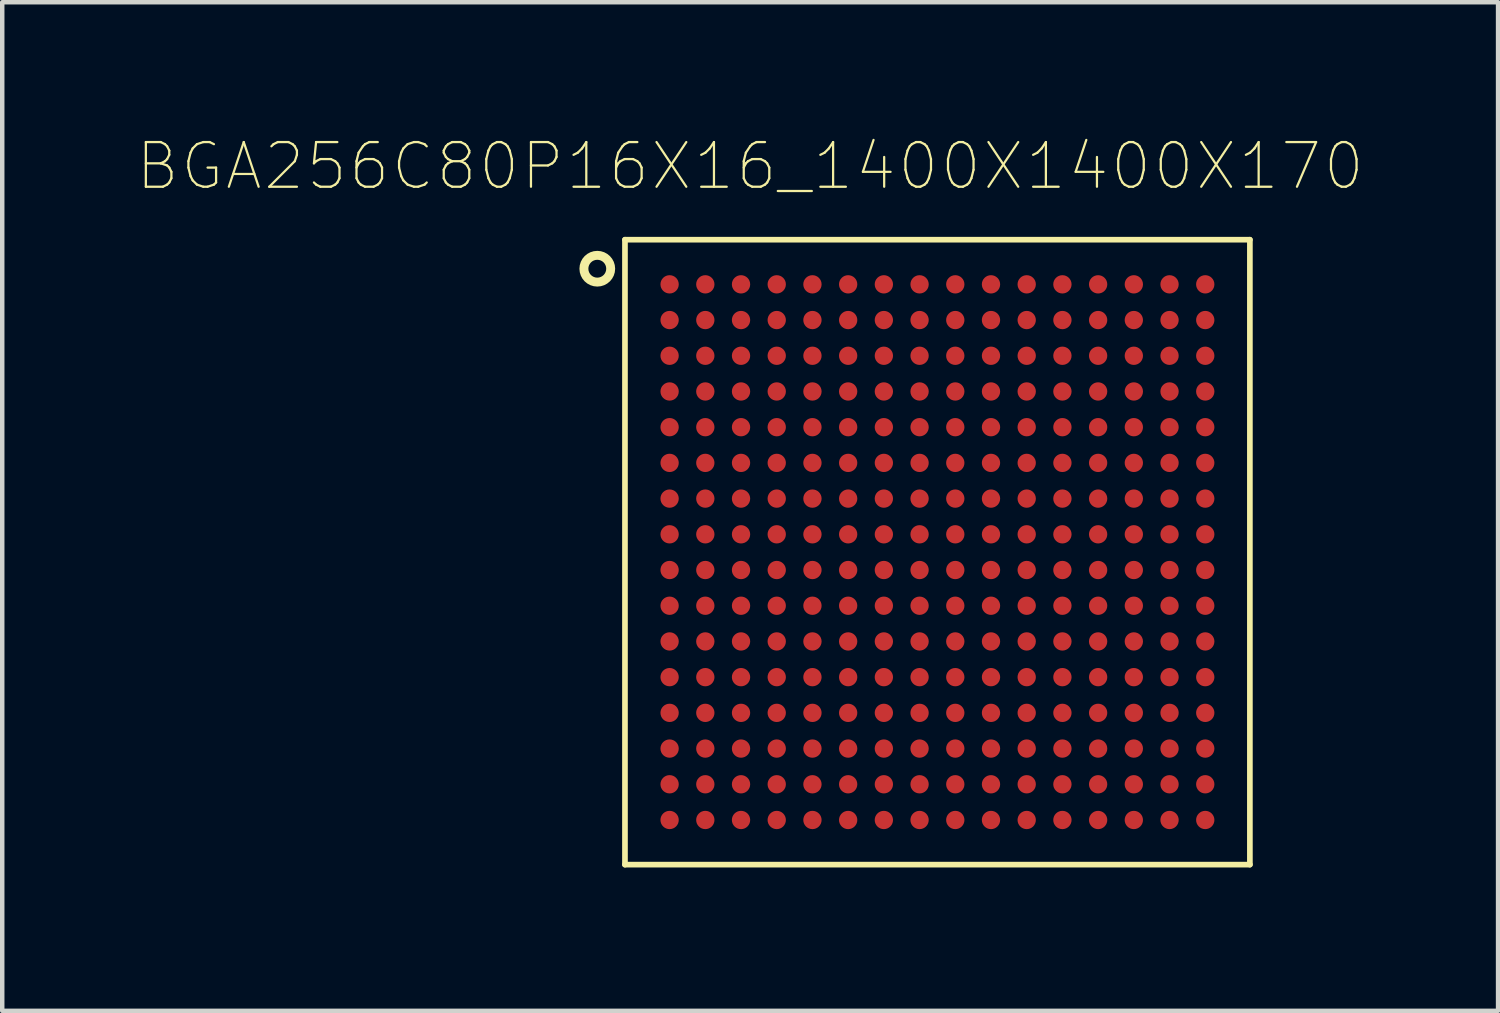
<source format=kicad_pcb>
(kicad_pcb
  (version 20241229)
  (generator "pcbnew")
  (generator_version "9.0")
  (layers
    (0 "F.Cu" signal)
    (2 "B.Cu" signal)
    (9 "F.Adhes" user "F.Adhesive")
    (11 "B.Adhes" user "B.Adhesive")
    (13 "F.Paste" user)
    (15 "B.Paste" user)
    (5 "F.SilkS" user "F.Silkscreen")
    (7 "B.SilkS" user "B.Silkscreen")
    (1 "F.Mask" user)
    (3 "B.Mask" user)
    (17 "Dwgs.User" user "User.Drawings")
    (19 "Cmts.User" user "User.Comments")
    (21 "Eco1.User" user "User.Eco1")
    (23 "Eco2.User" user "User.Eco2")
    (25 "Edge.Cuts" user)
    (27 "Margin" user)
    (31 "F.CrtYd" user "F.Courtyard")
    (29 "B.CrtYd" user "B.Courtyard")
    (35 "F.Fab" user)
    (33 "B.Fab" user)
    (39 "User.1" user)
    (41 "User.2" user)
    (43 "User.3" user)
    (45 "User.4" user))
  (footprint "BGA256C80P16X16_1400X1400X170"
    (layer "F.Cu")
    (at 17.951 9.32)
    (property "Reference" "BGA256C80P16X16_1400X1400X170" (at -4.196 -8.647 0) (layer "F.SilkS") (effects (font (size 1.001 1.001) (thickness 0.05))))
    (attr smd)
    (fp_line (start -7 7) (end -7 -7) (stroke (width 0.127) (type solid)) (layer "F.SilkS"))
    (fp_line (start 7 -7) (end -7 -7) (stroke (width 0.127) (type solid)) (layer "F.SilkS"))
    (fp_line (start 7 7) (end -7 7) (stroke (width 0.127) (type solid)) (layer "F.SilkS"))
    (fp_line (start 7 7) (end 7 -7) (stroke (width 0.127) (type solid)) (layer "F.SilkS"))
    (fp_circle (center -7.62 -6.35) (end -7.32 -6.35) (stroke (width 0.2) (type solid)) (fill no) (layer "F.SilkS"))
    (fp_line (start -7.25 -7.25) (end 7.25 -7.25) (stroke (width 0.05) (type solid)) (layer "Eco1.User"))
    (fp_line (start -7.25 7.25) (end -7.25 -7.25) (stroke (width 0.05) (type solid)) (layer "Eco1.User"))
    (fp_line (start -7.25 7.25) (end 7.25 7.25) (stroke (width 0.05) (type solid)) (layer "Eco1.User"))
    (fp_line (start 7.25 7.25) (end 7.25 -7.25) (stroke (width 0.05) (type solid)) (layer "Eco1.User"))
    (fp_line (start -7 7) (end -7 -7) (stroke (width 0.127) (type solid)) (layer "Eco2.User"))
    (fp_line (start 7 -7) (end -7 -7) (stroke (width 0.127) (type solid)) (layer "Eco2.User"))
    (fp_line (start 7 7) (end -7 7) (stroke (width 0.127) (type solid)) (layer "Eco2.User"))
    (fp_line (start 7 7) (end 7 -7) (stroke (width 0.127) (type solid)) (layer "Eco2.User"))
    (fp_circle (center -6 -6) (end -5.9 -6) (stroke (width 0.2) (type solid)) (fill no) (layer "Eco2.User"))
    (pad "A1" smd circle (at -6 -6) (size 0.41 0.41) (layers "F.Cu" "F.Mask" "F.Paste"))
    (pad "A2" smd circle (at -5.2 -6) (size 0.41 0.41) (layers "F.Cu" "F.Mask" "F.Paste"))
    (pad "A3" smd circle (at -4.4 -6) (size 0.41 0.41) (layers "F.Cu" "F.Mask" "F.Paste"))
    (pad "A4" smd circle (at -3.6 -6) (size 0.41 0.41) (layers "F.Cu" "F.Mask" "F.Paste"))
    (pad "A5" smd circle (at -2.8 -6) (size 0.41 0.41) (layers "F.Cu" "F.Mask" "F.Paste"))
    (pad "A6" smd circle (at -2 -6) (size 0.41 0.41) (layers "F.Cu" "F.Mask" "F.Paste"))
    (pad "A7" smd circle (at -1.2 -6) (size 0.41 0.41) (layers "F.Cu" "F.Mask" "F.Paste"))
    (pad "A8" smd circle (at -0.4 -6) (size 0.41 0.41) (layers "F.Cu" "F.Mask" "F.Paste"))
    (pad "A9" smd circle (at 0.4 -6) (size 0.41 0.41) (layers "F.Cu" "F.Mask" "F.Paste"))
    (pad "A10" smd circle (at 1.2 -6) (size 0.41 0.41) (layers "F.Cu" "F.Mask" "F.Paste"))
    (pad "A11" smd circle (at 2 -6) (size 0.41 0.41) (layers "F.Cu" "F.Mask" "F.Paste"))
    (pad "A12" smd circle (at 2.8 -6) (size 0.41 0.41) (layers "F.Cu" "F.Mask" "F.Paste"))
    (pad "A13" smd circle (at 3.6 -6) (size 0.41 0.41) (layers "F.Cu" "F.Mask" "F.Paste"))
    (pad "A14" smd circle (at 4.4 -6) (size 0.41 0.41) (layers "F.Cu" "F.Mask" "F.Paste"))
    (pad "A15" smd circle (at 5.2 -6) (size 0.41 0.41) (layers "F.Cu" "F.Mask" "F.Paste"))
    (pad "A16" smd circle (at 6 -6) (size 0.41 0.41) (layers "F.Cu" "F.Mask" "F.Paste"))
    (pad "B1" smd circle (at -6 -5.2) (size 0.41 0.41) (layers "F.Cu" "F.Mask" "F.Paste"))
    (pad "B2" smd circle (at -5.2 -5.2) (size 0.41 0.41) (layers "F.Cu" "F.Mask" "F.Paste"))
    (pad "B3" smd circle (at -4.4 -5.2) (size 0.41 0.41) (layers "F.Cu" "F.Mask" "F.Paste"))
    (pad "B4" smd circle (at -3.6 -5.2) (size 0.41 0.41) (layers "F.Cu" "F.Mask" "F.Paste"))
    (pad "B5" smd circle (at -2.8 -5.2) (size 0.41 0.41) (layers "F.Cu" "F.Mask" "F.Paste"))
    (pad "B6" smd circle (at -2 -5.2) (size 0.41 0.41) (layers "F.Cu" "F.Mask" "F.Paste"))
    (pad "B7" smd circle (at -1.2 -5.2) (size 0.41 0.41) (layers "F.Cu" "F.Mask" "F.Paste"))
    (pad "B8" smd circle (at -0.4 -5.2) (size 0.41 0.41) (layers "F.Cu" "F.Mask" "F.Paste"))
    (pad "B9" smd circle (at 0.4 -5.2) (size 0.41 0.41) (layers "F.Cu" "F.Mask" "F.Paste"))
    (pad "B10" smd circle (at 1.2 -5.2) (size 0.41 0.41) (layers "F.Cu" "F.Mask" "F.Paste"))
    (pad "B11" smd circle (at 2 -5.2) (size 0.41 0.41) (layers "F.Cu" "F.Mask" "F.Paste"))
    (pad "B12" smd circle (at 2.8 -5.2) (size 0.41 0.41) (layers "F.Cu" "F.Mask" "F.Paste"))
    (pad "B13" smd circle (at 3.6 -5.2) (size 0.41 0.41) (layers "F.Cu" "F.Mask" "F.Paste"))
    (pad "B14" smd circle (at 4.4 -5.2) (size 0.41 0.41) (layers "F.Cu" "F.Mask" "F.Paste"))
    (pad "B15" smd circle (at 5.2 -5.2) (size 0.41 0.41) (layers "F.Cu" "F.Mask" "F.Paste"))
    (pad "B16" smd circle (at 6 -5.2) (size 0.41 0.41) (layers "F.Cu" "F.Mask" "F.Paste"))
    (pad "C1" smd circle (at -6 -4.4) (size 0.41 0.41) (layers "F.Cu" "F.Mask" "F.Paste"))
    (pad "C2" smd circle (at -5.2 -4.4) (size 0.41 0.41) (layers "F.Cu" "F.Mask" "F.Paste"))
    (pad "C3" smd circle (at -4.4 -4.4) (size 0.41 0.41) (layers "F.Cu" "F.Mask" "F.Paste"))
    (pad "C4" smd circle (at -3.6 -4.4) (size 0.41 0.41) (layers "F.Cu" "F.Mask" "F.Paste"))
    (pad "C5" smd circle (at -2.8 -4.4) (size 0.41 0.41) (layers "F.Cu" "F.Mask" "F.Paste"))
    (pad "C6" smd circle (at -2 -4.4) (size 0.41 0.41) (layers "F.Cu" "F.Mask" "F.Paste"))
    (pad "C7" smd circle (at -1.2 -4.4) (size 0.41 0.41) (layers "F.Cu" "F.Mask" "F.Paste"))
    (pad "C8" smd circle (at -0.4 -4.4) (size 0.41 0.41) (layers "F.Cu" "F.Mask" "F.Paste"))
    (pad "C9" smd circle (at 0.4 -4.4) (size 0.41 0.41) (layers "F.Cu" "F.Mask" "F.Paste"))
    (pad "C10" smd circle (at 1.2 -4.4) (size 0.41 0.41) (layers "F.Cu" "F.Mask" "F.Paste"))
    (pad "C11" smd circle (at 2 -4.4) (size 0.41 0.41) (layers "F.Cu" "F.Mask" "F.Paste"))
    (pad "C12" smd circle (at 2.8 -4.4) (size 0.41 0.41) (layers "F.Cu" "F.Mask" "F.Paste"))
    (pad "C13" smd circle (at 3.6 -4.4) (size 0.41 0.41) (layers "F.Cu" "F.Mask" "F.Paste"))
    (pad "C14" smd circle (at 4.4 -4.4) (size 0.41 0.41) (layers "F.Cu" "F.Mask" "F.Paste"))
    (pad "C15" smd circle (at 5.2 -4.4) (size 0.41 0.41) (layers "F.Cu" "F.Mask" "F.Paste"))
    (pad "C16" smd circle (at 6 -4.4) (size 0.41 0.41) (layers "F.Cu" "F.Mask" "F.Paste"))
    (pad "D1" smd circle (at -6 -3.6) (size 0.41 0.41) (layers "F.Cu" "F.Mask" "F.Paste"))
    (pad "D2" smd circle (at -5.2 -3.6) (size 0.41 0.41) (layers "F.Cu" "F.Mask" "F.Paste"))
    (pad "D3" smd circle (at -4.4 -3.6) (size 0.41 0.41) (layers "F.Cu" "F.Mask" "F.Paste"))
    (pad "D4" smd circle (at -3.6 -3.6) (size 0.41 0.41) (layers "F.Cu" "F.Mask" "F.Paste"))
    (pad "D5" smd circle (at -2.8 -3.6) (size 0.41 0.41) (layers "F.Cu" "F.Mask" "F.Paste"))
    (pad "D6" smd circle (at -2 -3.6) (size 0.41 0.41) (layers "F.Cu" "F.Mask" "F.Paste"))
    (pad "D7" smd circle (at -1.2 -3.6) (size 0.41 0.41) (layers "F.Cu" "F.Mask" "F.Paste"))
    (pad "D8" smd circle (at -0.4 -3.6) (size 0.41 0.41) (layers "F.Cu" "F.Mask" "F.Paste"))
    (pad "D9" smd circle (at 0.4 -3.6) (size 0.41 0.41) (layers "F.Cu" "F.Mask" "F.Paste"))
    (pad "D10" smd circle (at 1.2 -3.6) (size 0.41 0.41) (layers "F.Cu" "F.Mask" "F.Paste"))
    (pad "D11" smd circle (at 2 -3.6) (size 0.41 0.41) (layers "F.Cu" "F.Mask" "F.Paste"))
    (pad "D12" smd circle (at 2.8 -3.6) (size 0.41 0.41) (layers "F.Cu" "F.Mask" "F.Paste"))
    (pad "D13" smd circle (at 3.6 -3.6) (size 0.41 0.41) (layers "F.Cu" "F.Mask" "F.Paste"))
    (pad "D14" smd circle (at 4.4 -3.6) (size 0.41 0.41) (layers "F.Cu" "F.Mask" "F.Paste"))
    (pad "D15" smd circle (at 5.2 -3.6) (size 0.41 0.41) (layers "F.Cu" "F.Mask" "F.Paste"))
    (pad "D16" smd circle (at 6 -3.6) (size 0.41 0.41) (layers "F.Cu" "F.Mask" "F.Paste"))
    (pad "E1" smd circle (at -6 -2.8) (size 0.41 0.41) (layers "F.Cu" "F.Mask" "F.Paste"))
    (pad "E2" smd circle (at -5.2 -2.8) (size 0.41 0.41) (layers "F.Cu" "F.Mask" "F.Paste"))
    (pad "E3" smd circle (at -4.4 -2.8) (size 0.41 0.41) (layers "F.Cu" "F.Mask" "F.Paste"))
    (pad "E4" smd circle (at -3.6 -2.8) (size 0.41 0.41) (layers "F.Cu" "F.Mask" "F.Paste"))
    (pad "E5" smd circle (at -2.8 -2.8) (size 0.41 0.41) (layers "F.Cu" "F.Mask" "F.Paste"))
    (pad "E6" smd circle (at -2 -2.8) (size 0.41 0.41) (layers "F.Cu" "F.Mask" "F.Paste"))
    (pad "E7" smd circle (at -1.2 -2.8) (size 0.41 0.41) (layers "F.Cu" "F.Mask" "F.Paste"))
    (pad "E8" smd circle (at -0.4 -2.8) (size 0.41 0.41) (layers "F.Cu" "F.Mask" "F.Paste"))
    (pad "E9" smd circle (at 0.4 -2.8) (size 0.41 0.41) (layers "F.Cu" "F.Mask" "F.Paste"))
    (pad "E10" smd circle (at 1.2 -2.8) (size 0.41 0.41) (layers "F.Cu" "F.Mask" "F.Paste"))
    (pad "E11" smd circle (at 2 -2.8) (size 0.41 0.41) (layers "F.Cu" "F.Mask" "F.Paste"))
    (pad "E12" smd circle (at 2.8 -2.8) (size 0.41 0.41) (layers "F.Cu" "F.Mask" "F.Paste"))
    (pad "E13" smd circle (at 3.6 -2.8) (size 0.41 0.41) (layers "F.Cu" "F.Mask" "F.Paste"))
    (pad "E14" smd circle (at 4.4 -2.8) (size 0.41 0.41) (layers "F.Cu" "F.Mask" "F.Paste"))
    (pad "E15" smd circle (at 5.2 -2.8) (size 0.41 0.41) (layers "F.Cu" "F.Mask" "F.Paste"))
    (pad "E16" smd circle (at 6 -2.8) (size 0.41 0.41) (layers "F.Cu" "F.Mask" "F.Paste"))
    (pad "F1" smd circle (at -6 -2) (size 0.41 0.41) (layers "F.Cu" "F.Mask" "F.Paste"))
    (pad "F2" smd circle (at -5.2 -2) (size 0.41 0.41) (layers "F.Cu" "F.Mask" "F.Paste"))
    (pad "F3" smd circle (at -4.4 -2) (size 0.41 0.41) (layers "F.Cu" "F.Mask" "F.Paste"))
    (pad "F4" smd circle (at -3.6 -2) (size 0.41 0.41) (layers "F.Cu" "F.Mask" "F.Paste"))
    (pad "F5" smd circle (at -2.8 -2) (size 0.41 0.41) (layers "F.Cu" "F.Mask" "F.Paste"))
    (pad "F6" smd circle (at -2 -2) (size 0.41 0.41) (layers "F.Cu" "F.Mask" "F.Paste"))
    (pad "F7" smd circle (at -1.2 -2) (size 0.41 0.41) (layers "F.Cu" "F.Mask" "F.Paste"))
    (pad "F8" smd circle (at -0.4 -2) (size 0.41 0.41) (layers "F.Cu" "F.Mask" "F.Paste"))
    (pad "F9" smd circle (at 0.4 -2) (size 0.41 0.41) (layers "F.Cu" "F.Mask" "F.Paste"))
    (pad "F10" smd circle (at 1.2 -2) (size 0.41 0.41) (layers "F.Cu" "F.Mask" "F.Paste"))
    (pad "F11" smd circle (at 2 -2) (size 0.41 0.41) (layers "F.Cu" "F.Mask" "F.Paste"))
    (pad "F12" smd circle (at 2.8 -2) (size 0.41 0.41) (layers "F.Cu" "F.Mask" "F.Paste"))
    (pad "F13" smd circle (at 3.6 -2) (size 0.41 0.41) (layers "F.Cu" "F.Mask" "F.Paste"))
    (pad "F14" smd circle (at 4.4 -2) (size 0.41 0.41) (layers "F.Cu" "F.Mask" "F.Paste"))
    (pad "F15" smd circle (at 5.2 -2) (size 0.41 0.41) (layers "F.Cu" "F.Mask" "F.Paste"))
    (pad "F16" smd circle (at 6 -2) (size 0.41 0.41) (layers "F.Cu" "F.Mask" "F.Paste"))
    (pad "G1" smd circle (at -6 -1.2) (size 0.41 0.41) (layers "F.Cu" "F.Mask" "F.Paste"))
    (pad "G2" smd circle (at -5.2 -1.2) (size 0.41 0.41) (layers "F.Cu" "F.Mask" "F.Paste"))
    (pad "G3" smd circle (at -4.4 -1.2) (size 0.41 0.41) (layers "F.Cu" "F.Mask" "F.Paste"))
    (pad "G4" smd circle (at -3.6 -1.2) (size 0.41 0.41) (layers "F.Cu" "F.Mask" "F.Paste"))
    (pad "G5" smd circle (at -2.8 -1.2) (size 0.41 0.41) (layers "F.Cu" "F.Mask" "F.Paste"))
    (pad "G6" smd circle (at -2 -1.2) (size 0.41 0.41) (layers "F.Cu" "F.Mask" "F.Paste"))
    (pad "G7" smd circle (at -1.2 -1.2) (size 0.41 0.41) (layers "F.Cu" "F.Mask" "F.Paste"))
    (pad "G8" smd circle (at -0.4 -1.2) (size 0.41 0.41) (layers "F.Cu" "F.Mask" "F.Paste"))
    (pad "G9" smd circle (at 0.4 -1.2) (size 0.41 0.41) (layers "F.Cu" "F.Mask" "F.Paste"))
    (pad "G10" smd circle (at 1.2 -1.2) (size 0.41 0.41) (layers "F.Cu" "F.Mask" "F.Paste"))
    (pad "G11" smd circle (at 2 -1.2) (size 0.41 0.41) (layers "F.Cu" "F.Mask" "F.Paste"))
    (pad "G12" smd circle (at 2.8 -1.2) (size 0.41 0.41) (layers "F.Cu" "F.Mask" "F.Paste"))
    (pad "G13" smd circle (at 3.6 -1.2) (size 0.41 0.41) (layers "F.Cu" "F.Mask" "F.Paste"))
    (pad "G14" smd circle (at 4.4 -1.2) (size 0.41 0.41) (layers "F.Cu" "F.Mask" "F.Paste"))
    (pad "G15" smd circle (at 5.2 -1.2) (size 0.41 0.41) (layers "F.Cu" "F.Mask" "F.Paste"))
    (pad "G16" smd circle (at 6 -1.2) (size 0.41 0.41) (layers "F.Cu" "F.Mask" "F.Paste"))
    (pad "H1" smd circle (at -6 -0.4) (size 0.41 0.41) (layers "F.Cu" "F.Mask" "F.Paste"))
    (pad "H2" smd circle (at -5.2 -0.4) (size 0.41 0.41) (layers "F.Cu" "F.Mask" "F.Paste"))
    (pad "H3" smd circle (at -4.4 -0.4) (size 0.41 0.41) (layers "F.Cu" "F.Mask" "F.Paste"))
    (pad "H4" smd circle (at -3.6 -0.4) (size 0.41 0.41) (layers "F.Cu" "F.Mask" "F.Paste"))
    (pad "H5" smd circle (at -2.8 -0.4) (size 0.41 0.41) (layers "F.Cu" "F.Mask" "F.Paste"))
    (pad "H6" smd circle (at -2 -0.4) (size 0.41 0.41) (layers "F.Cu" "F.Mask" "F.Paste"))
    (pad "H7" smd circle (at -1.2 -0.4) (size 0.41 0.41) (layers "F.Cu" "F.Mask" "F.Paste"))
    (pad "H8" smd circle (at -0.4 -0.4) (size 0.41 0.41) (layers "F.Cu" "F.Mask" "F.Paste"))
    (pad "H9" smd circle (at 0.4 -0.4) (size 0.41 0.41) (layers "F.Cu" "F.Mask" "F.Paste"))
    (pad "H10" smd circle (at 1.2 -0.4) (size 0.41 0.41) (layers "F.Cu" "F.Mask" "F.Paste"))
    (pad "H11" smd circle (at 2 -0.4) (size 0.41 0.41) (layers "F.Cu" "F.Mask" "F.Paste"))
    (pad "H12" smd circle (at 2.8 -0.4) (size 0.41 0.41) (layers "F.Cu" "F.Mask" "F.Paste"))
    (pad "H13" smd circle (at 3.6 -0.4) (size 0.41 0.41) (layers "F.Cu" "F.Mask" "F.Paste"))
    (pad "H14" smd circle (at 4.4 -0.4) (size 0.41 0.41) (layers "F.Cu" "F.Mask" "F.Paste"))
    (pad "H15" smd circle (at 5.2 -0.4) (size 0.41 0.41) (layers "F.Cu" "F.Mask" "F.Paste"))
    (pad "H16" smd circle (at 6 -0.4) (size 0.41 0.41) (layers "F.Cu" "F.Mask" "F.Paste"))
    (pad "J1" smd circle (at -6 0.4) (size 0.41 0.41) (layers "F.Cu" "F.Mask" "F.Paste"))
    (pad "J2" smd circle (at -5.2 0.4) (size 0.41 0.41) (layers "F.Cu" "F.Mask" "F.Paste"))
    (pad "J3" smd circle (at -4.4 0.4) (size 0.41 0.41) (layers "F.Cu" "F.Mask" "F.Paste"))
    (pad "J4" smd circle (at -3.6 0.4) (size 0.41 0.41) (layers "F.Cu" "F.Mask" "F.Paste"))
    (pad "J5" smd circle (at -2.8 0.4) (size 0.41 0.41) (layers "F.Cu" "F.Mask" "F.Paste"))
    (pad "J6" smd circle (at -2 0.4) (size 0.41 0.41) (layers "F.Cu" "F.Mask" "F.Paste"))
    (pad "J7" smd circle (at -1.2 0.4) (size 0.41 0.41) (layers "F.Cu" "F.Mask" "F.Paste"))
    (pad "J8" smd circle (at -0.4 0.4) (size 0.41 0.41) (layers "F.Cu" "F.Mask" "F.Paste"))
    (pad "J9" smd circle (at 0.4 0.4) (size 0.41 0.41) (layers "F.Cu" "F.Mask" "F.Paste"))
    (pad "J10" smd circle (at 1.2 0.4) (size 0.41 0.41) (layers "F.Cu" "F.Mask" "F.Paste"))
    (pad "J11" smd circle (at 2 0.4) (size 0.41 0.41) (layers "F.Cu" "F.Mask" "F.Paste"))
    (pad "J12" smd circle (at 2.8 0.4) (size 0.41 0.41) (layers "F.Cu" "F.Mask" "F.Paste"))
    (pad "J13" smd circle (at 3.6 0.4) (size 0.41 0.41) (layers "F.Cu" "F.Mask" "F.Paste"))
    (pad "J14" smd circle (at 4.4 0.4) (size 0.41 0.41) (layers "F.Cu" "F.Mask" "F.Paste"))
    (pad "J15" smd circle (at 5.2 0.4) (size 0.41 0.41) (layers "F.Cu" "F.Mask" "F.Paste"))
    (pad "J16" smd circle (at 6 0.4) (size 0.41 0.41) (layers "F.Cu" "F.Mask" "F.Paste"))
    (pad "K1" smd circle (at -6 1.2) (size 0.41 0.41) (layers "F.Cu" "F.Mask" "F.Paste"))
    (pad "K2" smd circle (at -5.2 1.2) (size 0.41 0.41) (layers "F.Cu" "F.Mask" "F.Paste"))
    (pad "K3" smd circle (at -4.4 1.2) (size 0.41 0.41) (layers "F.Cu" "F.Mask" "F.Paste"))
    (pad "K4" smd circle (at -3.6 1.2) (size 0.41 0.41) (layers "F.Cu" "F.Mask" "F.Paste"))
    (pad "K5" smd circle (at -2.8 1.2) (size 0.41 0.41) (layers "F.Cu" "F.Mask" "F.Paste"))
    (pad "K6" smd circle (at -2 1.2) (size 0.41 0.41) (layers "F.Cu" "F.Mask" "F.Paste"))
    (pad "K7" smd circle (at -1.2 1.2) (size 0.41 0.41) (layers "F.Cu" "F.Mask" "F.Paste"))
    (pad "K8" smd circle (at -0.4 1.2) (size 0.41 0.41) (layers "F.Cu" "F.Mask" "F.Paste"))
    (pad "K9" smd circle (at 0.4 1.2) (size 0.41 0.41) (layers "F.Cu" "F.Mask" "F.Paste"))
    (pad "K10" smd circle (at 1.2 1.2) (size 0.41 0.41) (layers "F.Cu" "F.Mask" "F.Paste"))
    (pad "K11" smd circle (at 2 1.2) (size 0.41 0.41) (layers "F.Cu" "F.Mask" "F.Paste"))
    (pad "K12" smd circle (at 2.8 1.2) (size 0.41 0.41) (layers "F.Cu" "F.Mask" "F.Paste"))
    (pad "K13" smd circle (at 3.6 1.2) (size 0.41 0.41) (layers "F.Cu" "F.Mask" "F.Paste"))
    (pad "K14" smd circle (at 4.4 1.2) (size 0.41 0.41) (layers "F.Cu" "F.Mask" "F.Paste"))
    (pad "K15" smd circle (at 5.2 1.2) (size 0.41 0.41) (layers "F.Cu" "F.Mask" "F.Paste"))
    (pad "K16" smd circle (at 6 1.2) (size 0.41 0.41) (layers "F.Cu" "F.Mask" "F.Paste"))
    (pad "L1" smd circle (at -6 2) (size 0.41 0.41) (layers "F.Cu" "F.Mask" "F.Paste"))
    (pad "L2" smd circle (at -5.2 2) (size 0.41 0.41) (layers "F.Cu" "F.Mask" "F.Paste"))
    (pad "L3" smd circle (at -4.4 2) (size 0.41 0.41) (layers "F.Cu" "F.Mask" "F.Paste"))
    (pad "L4" smd circle (at -3.6 2) (size 0.41 0.41) (layers "F.Cu" "F.Mask" "F.Paste"))
    (pad "L5" smd circle (at -2.8 2) (size 0.41 0.41) (layers "F.Cu" "F.Mask" "F.Paste"))
    (pad "L6" smd circle (at -2 2) (size 0.41 0.41) (layers "F.Cu" "F.Mask" "F.Paste"))
    (pad "L7" smd circle (at -1.2 2) (size 0.41 0.41) (layers "F.Cu" "F.Mask" "F.Paste"))
    (pad "L8" smd circle (at -0.4 2) (size 0.41 0.41) (layers "F.Cu" "F.Mask" "F.Paste"))
    (pad "L9" smd circle (at 0.4 2) (size 0.41 0.41) (layers "F.Cu" "F.Mask" "F.Paste"))
    (pad "L10" smd circle (at 1.2 2) (size 0.41 0.41) (layers "F.Cu" "F.Mask" "F.Paste"))
    (pad "L11" smd circle (at 2 2) (size 0.41 0.41) (layers "F.Cu" "F.Mask" "F.Paste"))
    (pad "L12" smd circle (at 2.8 2) (size 0.41 0.41) (layers "F.Cu" "F.Mask" "F.Paste"))
    (pad "L13" smd circle (at 3.6 2) (size 0.41 0.41) (layers "F.Cu" "F.Mask" "F.Paste"))
    (pad "L14" smd circle (at 4.4 2) (size 0.41 0.41) (layers "F.Cu" "F.Mask" "F.Paste"))
    (pad "L15" smd circle (at 5.2 2) (size 0.41 0.41) (layers "F.Cu" "F.Mask" "F.Paste"))
    (pad "L16" smd circle (at 6 2) (size 0.41 0.41) (layers "F.Cu" "F.Mask" "F.Paste"))
    (pad "M1" smd circle (at -6 2.8) (size 0.41 0.41) (layers "F.Cu" "F.Mask" "F.Paste"))
    (pad "M2" smd circle (at -5.2 2.8) (size 0.41 0.41) (layers "F.Cu" "F.Mask" "F.Paste"))
    (pad "M3" smd circle (at -4.4 2.8) (size 0.41 0.41) (layers "F.Cu" "F.Mask" "F.Paste"))
    (pad "M4" smd circle (at -3.6 2.8) (size 0.41 0.41) (layers "F.Cu" "F.Mask" "F.Paste"))
    (pad "M5" smd circle (at -2.8 2.8) (size 0.41 0.41) (layers "F.Cu" "F.Mask" "F.Paste"))
    (pad "M6" smd circle (at -2 2.8) (size 0.41 0.41) (layers "F.Cu" "F.Mask" "F.Paste"))
    (pad "M7" smd circle (at -1.2 2.8) (size 0.41 0.41) (layers "F.Cu" "F.Mask" "F.Paste"))
    (pad "M8" smd circle (at -0.4 2.8) (size 0.41 0.41) (layers "F.Cu" "F.Mask" "F.Paste"))
    (pad "M9" smd circle (at 0.4 2.8) (size 0.41 0.41) (layers "F.Cu" "F.Mask" "F.Paste"))
    (pad "M10" smd circle (at 1.2 2.8) (size 0.41 0.41) (layers "F.Cu" "F.Mask" "F.Paste"))
    (pad "M11" smd circle (at 2 2.8) (size 0.41 0.41) (layers "F.Cu" "F.Mask" "F.Paste"))
    (pad "M12" smd circle (at 2.8 2.8) (size 0.41 0.41) (layers "F.Cu" "F.Mask" "F.Paste"))
    (pad "M13" smd circle (at 3.6 2.8) (size 0.41 0.41) (layers "F.Cu" "F.Mask" "F.Paste"))
    (pad "M14" smd circle (at 4.4 2.8) (size 0.41 0.41) (layers "F.Cu" "F.Mask" "F.Paste"))
    (pad "M15" smd circle (at 5.2 2.8) (size 0.41 0.41) (layers "F.Cu" "F.Mask" "F.Paste"))
    (pad "M16" smd circle (at 6 2.8) (size 0.41 0.41) (layers "F.Cu" "F.Mask" "F.Paste"))
    (pad "N1" smd circle (at -6 3.6) (size 0.41 0.41) (layers "F.Cu" "F.Mask" "F.Paste"))
    (pad "N2" smd circle (at -5.2 3.6) (size 0.41 0.41) (layers "F.Cu" "F.Mask" "F.Paste"))
    (pad "N3" smd circle (at -4.4 3.6) (size 0.41 0.41) (layers "F.Cu" "F.Mask" "F.Paste"))
    (pad "N4" smd circle (at -3.6 3.6) (size 0.41 0.41) (layers "F.Cu" "F.Mask" "F.Paste"))
    (pad "N5" smd circle (at -2.8 3.6) (size 0.41 0.41) (layers "F.Cu" "F.Mask" "F.Paste"))
    (pad "N6" smd circle (at -2 3.6) (size 0.41 0.41) (layers "F.Cu" "F.Mask" "F.Paste"))
    (pad "N7" smd circle (at -1.2 3.6) (size 0.41 0.41) (layers "F.Cu" "F.Mask" "F.Paste"))
    (pad "N8" smd circle (at -0.4 3.6) (size 0.41 0.41) (layers "F.Cu" "F.Mask" "F.Paste"))
    (pad "N9" smd circle (at 0.4 3.6) (size 0.41 0.41) (layers "F.Cu" "F.Mask" "F.Paste"))
    (pad "N10" smd circle (at 1.2 3.6) (size 0.41 0.41) (layers "F.Cu" "F.Mask" "F.Paste"))
    (pad "N11" smd circle (at 2 3.6) (size 0.41 0.41) (layers "F.Cu" "F.Mask" "F.Paste"))
    (pad "N12" smd circle (at 2.8 3.6) (size 0.41 0.41) (layers "F.Cu" "F.Mask" "F.Paste"))
    (pad "N13" smd circle (at 3.6 3.6) (size 0.41 0.41) (layers "F.Cu" "F.Mask" "F.Paste"))
    (pad "N14" smd circle (at 4.4 3.6) (size 0.41 0.41) (layers "F.Cu" "F.Mask" "F.Paste"))
    (pad "N15" smd circle (at 5.2 3.6) (size 0.41 0.41) (layers "F.Cu" "F.Mask" "F.Paste"))
    (pad "N16" smd circle (at 6 3.6) (size 0.41 0.41) (layers "F.Cu" "F.Mask" "F.Paste"))
    (pad "P1" smd circle (at -6 4.4) (size 0.41 0.41) (layers "F.Cu" "F.Mask" "F.Paste"))
    (pad "P2" smd circle (at -5.2 4.4) (size 0.41 0.41) (layers "F.Cu" "F.Mask" "F.Paste"))
    (pad "P3" smd circle (at -4.4 4.4) (size 0.41 0.41) (layers "F.Cu" "F.Mask" "F.Paste"))
    (pad "P4" smd circle (at -3.6 4.4) (size 0.41 0.41) (layers "F.Cu" "F.Mask" "F.Paste"))
    (pad "P5" smd circle (at -2.8 4.4) (size 0.41 0.41) (layers "F.Cu" "F.Mask" "F.Paste"))
    (pad "P6" smd circle (at -2 4.4) (size 0.41 0.41) (layers "F.Cu" "F.Mask" "F.Paste"))
    (pad "P7" smd circle (at -1.2 4.4) (size 0.41 0.41) (layers "F.Cu" "F.Mask" "F.Paste"))
    (pad "P8" smd circle (at -0.4 4.4) (size 0.41 0.41) (layers "F.Cu" "F.Mask" "F.Paste"))
    (pad "P9" smd circle (at 0.4 4.4) (size 0.41 0.41) (layers "F.Cu" "F.Mask" "F.Paste"))
    (pad "P10" smd circle (at 1.2 4.4) (size 0.41 0.41) (layers "F.Cu" "F.Mask" "F.Paste"))
    (pad "P11" smd circle (at 2 4.4) (size 0.41 0.41) (layers "F.Cu" "F.Mask" "F.Paste"))
    (pad "P12" smd circle (at 2.8 4.4) (size 0.41 0.41) (layers "F.Cu" "F.Mask" "F.Paste"))
    (pad "P13" smd circle (at 3.6 4.4) (size 0.41 0.41) (layers "F.Cu" "F.Mask" "F.Paste"))
    (pad "P14" smd circle (at 4.4 4.4) (size 0.41 0.41) (layers "F.Cu" "F.Mask" "F.Paste"))
    (pad "P15" smd circle (at 5.2 4.4) (size 0.41 0.41) (layers "F.Cu" "F.Mask" "F.Paste"))
    (pad "P16" smd circle (at 6 4.4) (size 0.41 0.41) (layers "F.Cu" "F.Mask" "F.Paste"))
    (pad "R1" smd circle (at -6 5.2) (size 0.41 0.41) (layers "F.Cu" "F.Mask" "F.Paste"))
    (pad "R2" smd circle (at -5.2 5.2) (size 0.41 0.41) (layers "F.Cu" "F.Mask" "F.Paste"))
    (pad "R3" smd circle (at -4.4 5.2) (size 0.41 0.41) (layers "F.Cu" "F.Mask" "F.Paste"))
    (pad "R4" smd circle (at -3.6 5.2) (size 0.41 0.41) (layers "F.Cu" "F.Mask" "F.Paste"))
    (pad "R5" smd circle (at -2.8 5.2) (size 0.41 0.41) (layers "F.Cu" "F.Mask" "F.Paste"))
    (pad "R6" smd circle (at -2 5.2) (size 0.41 0.41) (layers "F.Cu" "F.Mask" "F.Paste"))
    (pad "R7" smd circle (at -1.2 5.2) (size 0.41 0.41) (layers "F.Cu" "F.Mask" "F.Paste"))
    (pad "R8" smd circle (at -0.4 5.2) (size 0.41 0.41) (layers "F.Cu" "F.Mask" "F.Paste"))
    (pad "R9" smd circle (at 0.4 5.2) (size 0.41 0.41) (layers "F.Cu" "F.Mask" "F.Paste"))
    (pad "R10" smd circle (at 1.2 5.2) (size 0.41 0.41) (layers "F.Cu" "F.Mask" "F.Paste"))
    (pad "R11" smd circle (at 2 5.2) (size 0.41 0.41) (layers "F.Cu" "F.Mask" "F.Paste"))
    (pad "R12" smd circle (at 2.8 5.2) (size 0.41 0.41) (layers "F.Cu" "F.Mask" "F.Paste"))
    (pad "R13" smd circle (at 3.6 5.2) (size 0.41 0.41) (layers "F.Cu" "F.Mask" "F.Paste"))
    (pad "R14" smd circle (at 4.4 5.2) (size 0.41 0.41) (layers "F.Cu" "F.Mask" "F.Paste"))
    (pad "R15" smd circle (at 5.2 5.2) (size 0.41 0.41) (layers "F.Cu" "F.Mask" "F.Paste"))
    (pad "R16" smd circle (at 6 5.2) (size 0.41 0.41) (layers "F.Cu" "F.Mask" "F.Paste"))
    (pad "T1" smd circle (at -6 6) (size 0.41 0.41) (layers "F.Cu" "F.Mask" "F.Paste"))
    (pad "T2" smd circle (at -5.2 6) (size 0.41 0.41) (layers "F.Cu" "F.Mask" "F.Paste"))
    (pad "T3" smd circle (at -4.4 6) (size 0.41 0.41) (layers "F.Cu" "F.Mask" "F.Paste"))
    (pad "T4" smd circle (at -3.6 6) (size 0.41 0.41) (layers "F.Cu" "F.Mask" "F.Paste"))
    (pad "T5" smd circle (at -2.8 6) (size 0.41 0.41) (layers "F.Cu" "F.Mask" "F.Paste"))
    (pad "T6" smd circle (at -2 6) (size 0.41 0.41) (layers "F.Cu" "F.Mask" "F.Paste"))
    (pad "T7" smd circle (at -1.2 6) (size 0.41 0.41) (layers "F.Cu" "F.Mask" "F.Paste"))
    (pad "T8" smd circle (at -0.4 6) (size 0.41 0.41) (layers "F.Cu" "F.Mask" "F.Paste"))
    (pad "T9" smd circle (at 0.4 6) (size 0.41 0.41) (layers "F.Cu" "F.Mask" "F.Paste"))
    (pad "T10" smd circle (at 1.2 6) (size 0.41 0.41) (layers "F.Cu" "F.Mask" "F.Paste"))
    (pad "T11" smd circle (at 2 6) (size 0.41 0.41) (layers "F.Cu" "F.Mask" "F.Paste"))
    (pad "T12" smd circle (at 2.8 6) (size 0.41 0.41) (layers "F.Cu" "F.Mask" "F.Paste"))
    (pad "T13" smd circle (at 3.6 6) (size 0.41 0.41) (layers "F.Cu" "F.Mask" "F.Paste"))
    (pad "T14" smd circle (at 4.4 6) (size 0.41 0.41) (layers "F.Cu" "F.Mask" "F.Paste"))
    (pad "T15" smd circle (at 5.2 6) (size 0.41 0.41) (layers "F.Cu" "F.Mask" "F.Paste"))
    (pad "T16" smd circle (at 6 6) (size 0.41 0.41) (layers "F.Cu" "F.Mask" "F.Paste")))
  (gr_rect
    (start -3 -3)
    (end 30.511 19.595)
    (stroke (width 0.1) (type default))
    (fill no)
    (layer "Edge.Cuts")))
</source>
